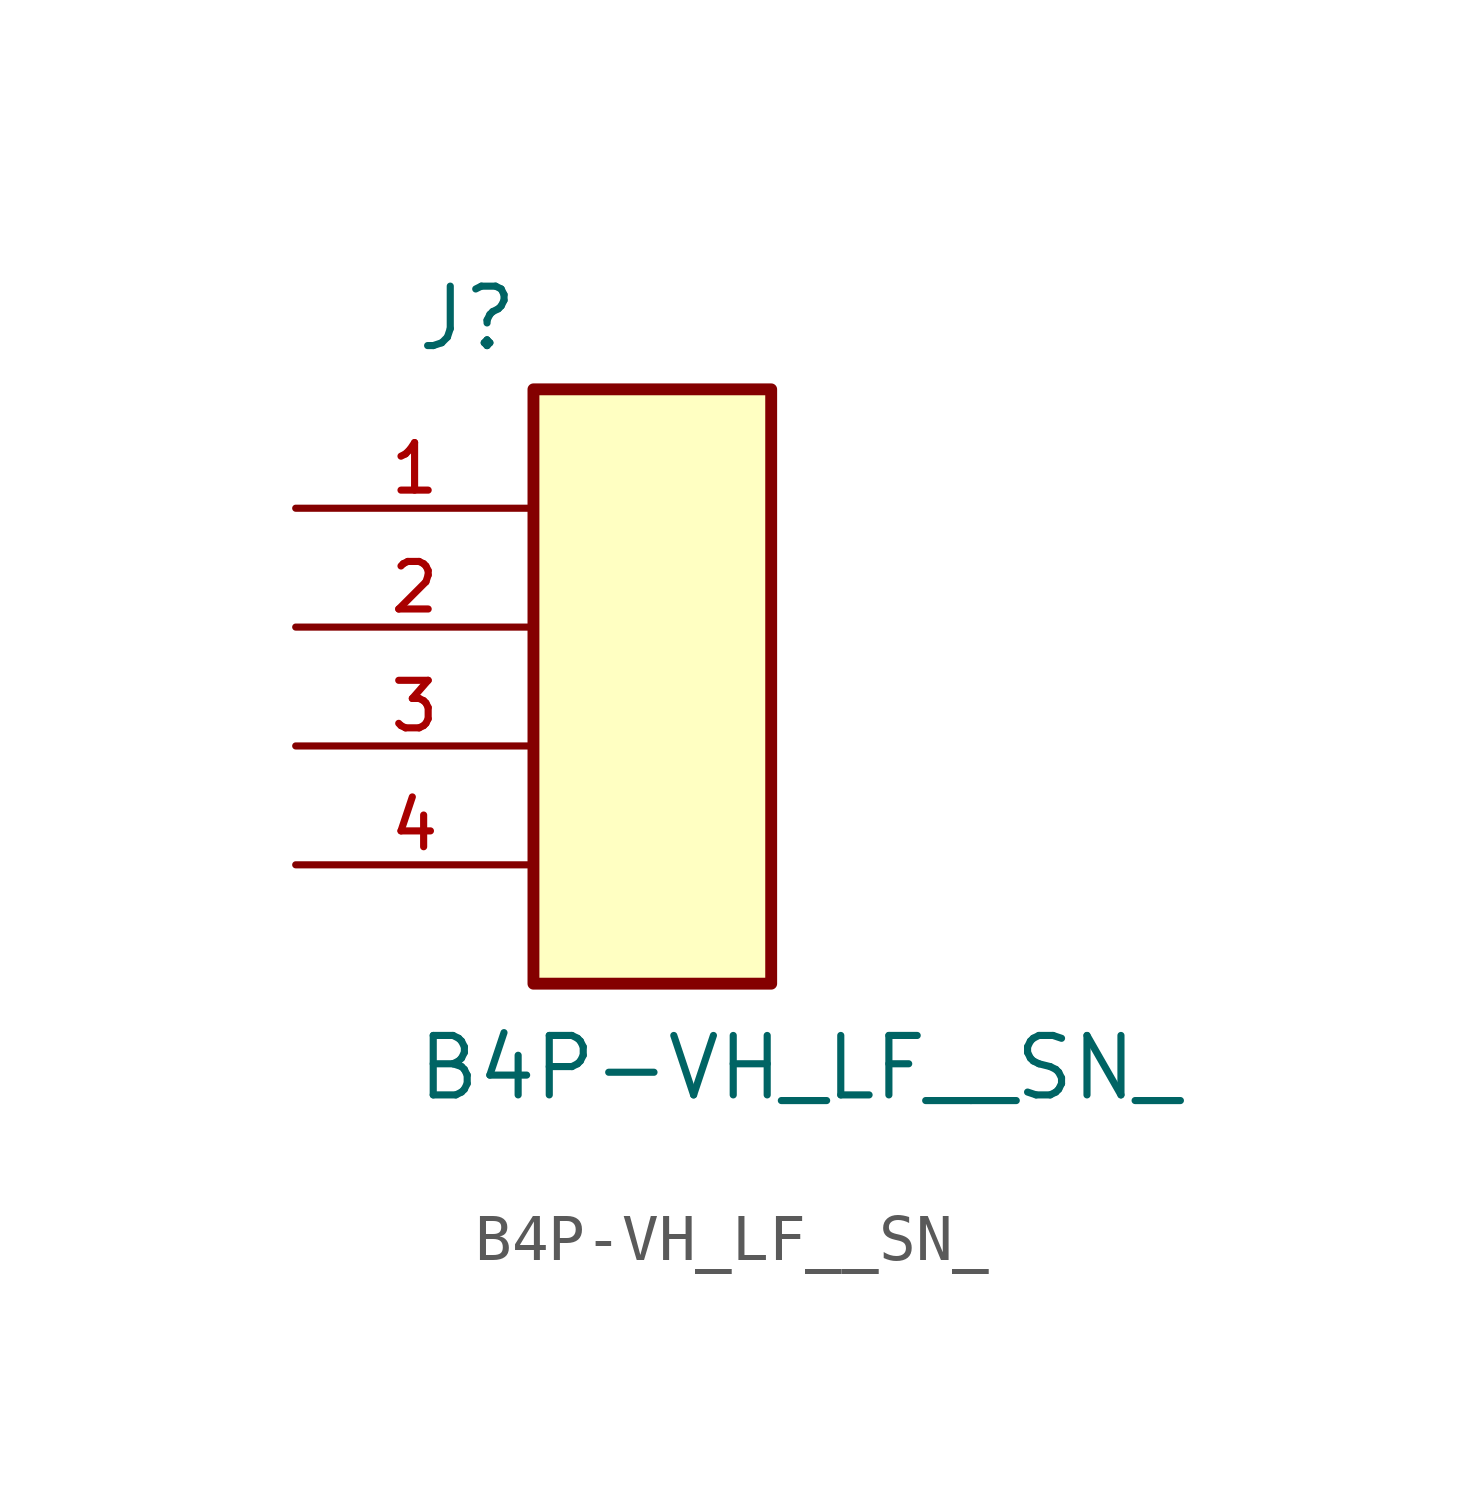
<source format=kicad_sym>
(kicad_symbol_lib
  (version 20211014)
  (generator kicad_symbol_editor)
  (symbol "B4P-VH_LF__SN_"
    (pin_names
      (offset 1.016))
    (property "Reference" "J"
      (at -5.083 5.852 0)
      (effects (font (size 1.27 1.27)) (justify bottom left)))
    (property "Value" "B4P-VH_LF__SN_"
      (at -5.084 -10.16 0)
      (effects (font (size 1.27 1.27)) (justify bottom left)))
    (symbol "B4P-VH_LF__SN__0_0"
      (rectangle (start -2.54 -7.62) (end 2.54 5.08) (stroke (width 0.254)) (fill (type background)))
      (pin passive line (at -7.62 2.54 0) (length 5.08) (name "~" (effects (font (size 1.016 1.016)))) (number "1" (effects (font (size 1.016 1.016)))))
      (pin passive line (at -7.62 0.0 0) (length 5.08) (name "~" (effects (font (size 1.016 1.016)))) (number "2" (effects (font (size 1.016 1.016)))))
      (pin passive line (at -7.62 -2.54 0) (length 5.08) (name "~" (effects (font (size 1.016 1.016)))) (number "3" (effects (font (size 1.016 1.016)))))
      (pin passive line (at -7.62 -5.08 0) (length 5.08) (name "~" (effects (font (size 1.016 1.016)))) (number "4" (effects (font (size 1.016 1.016))))))))
</source>
